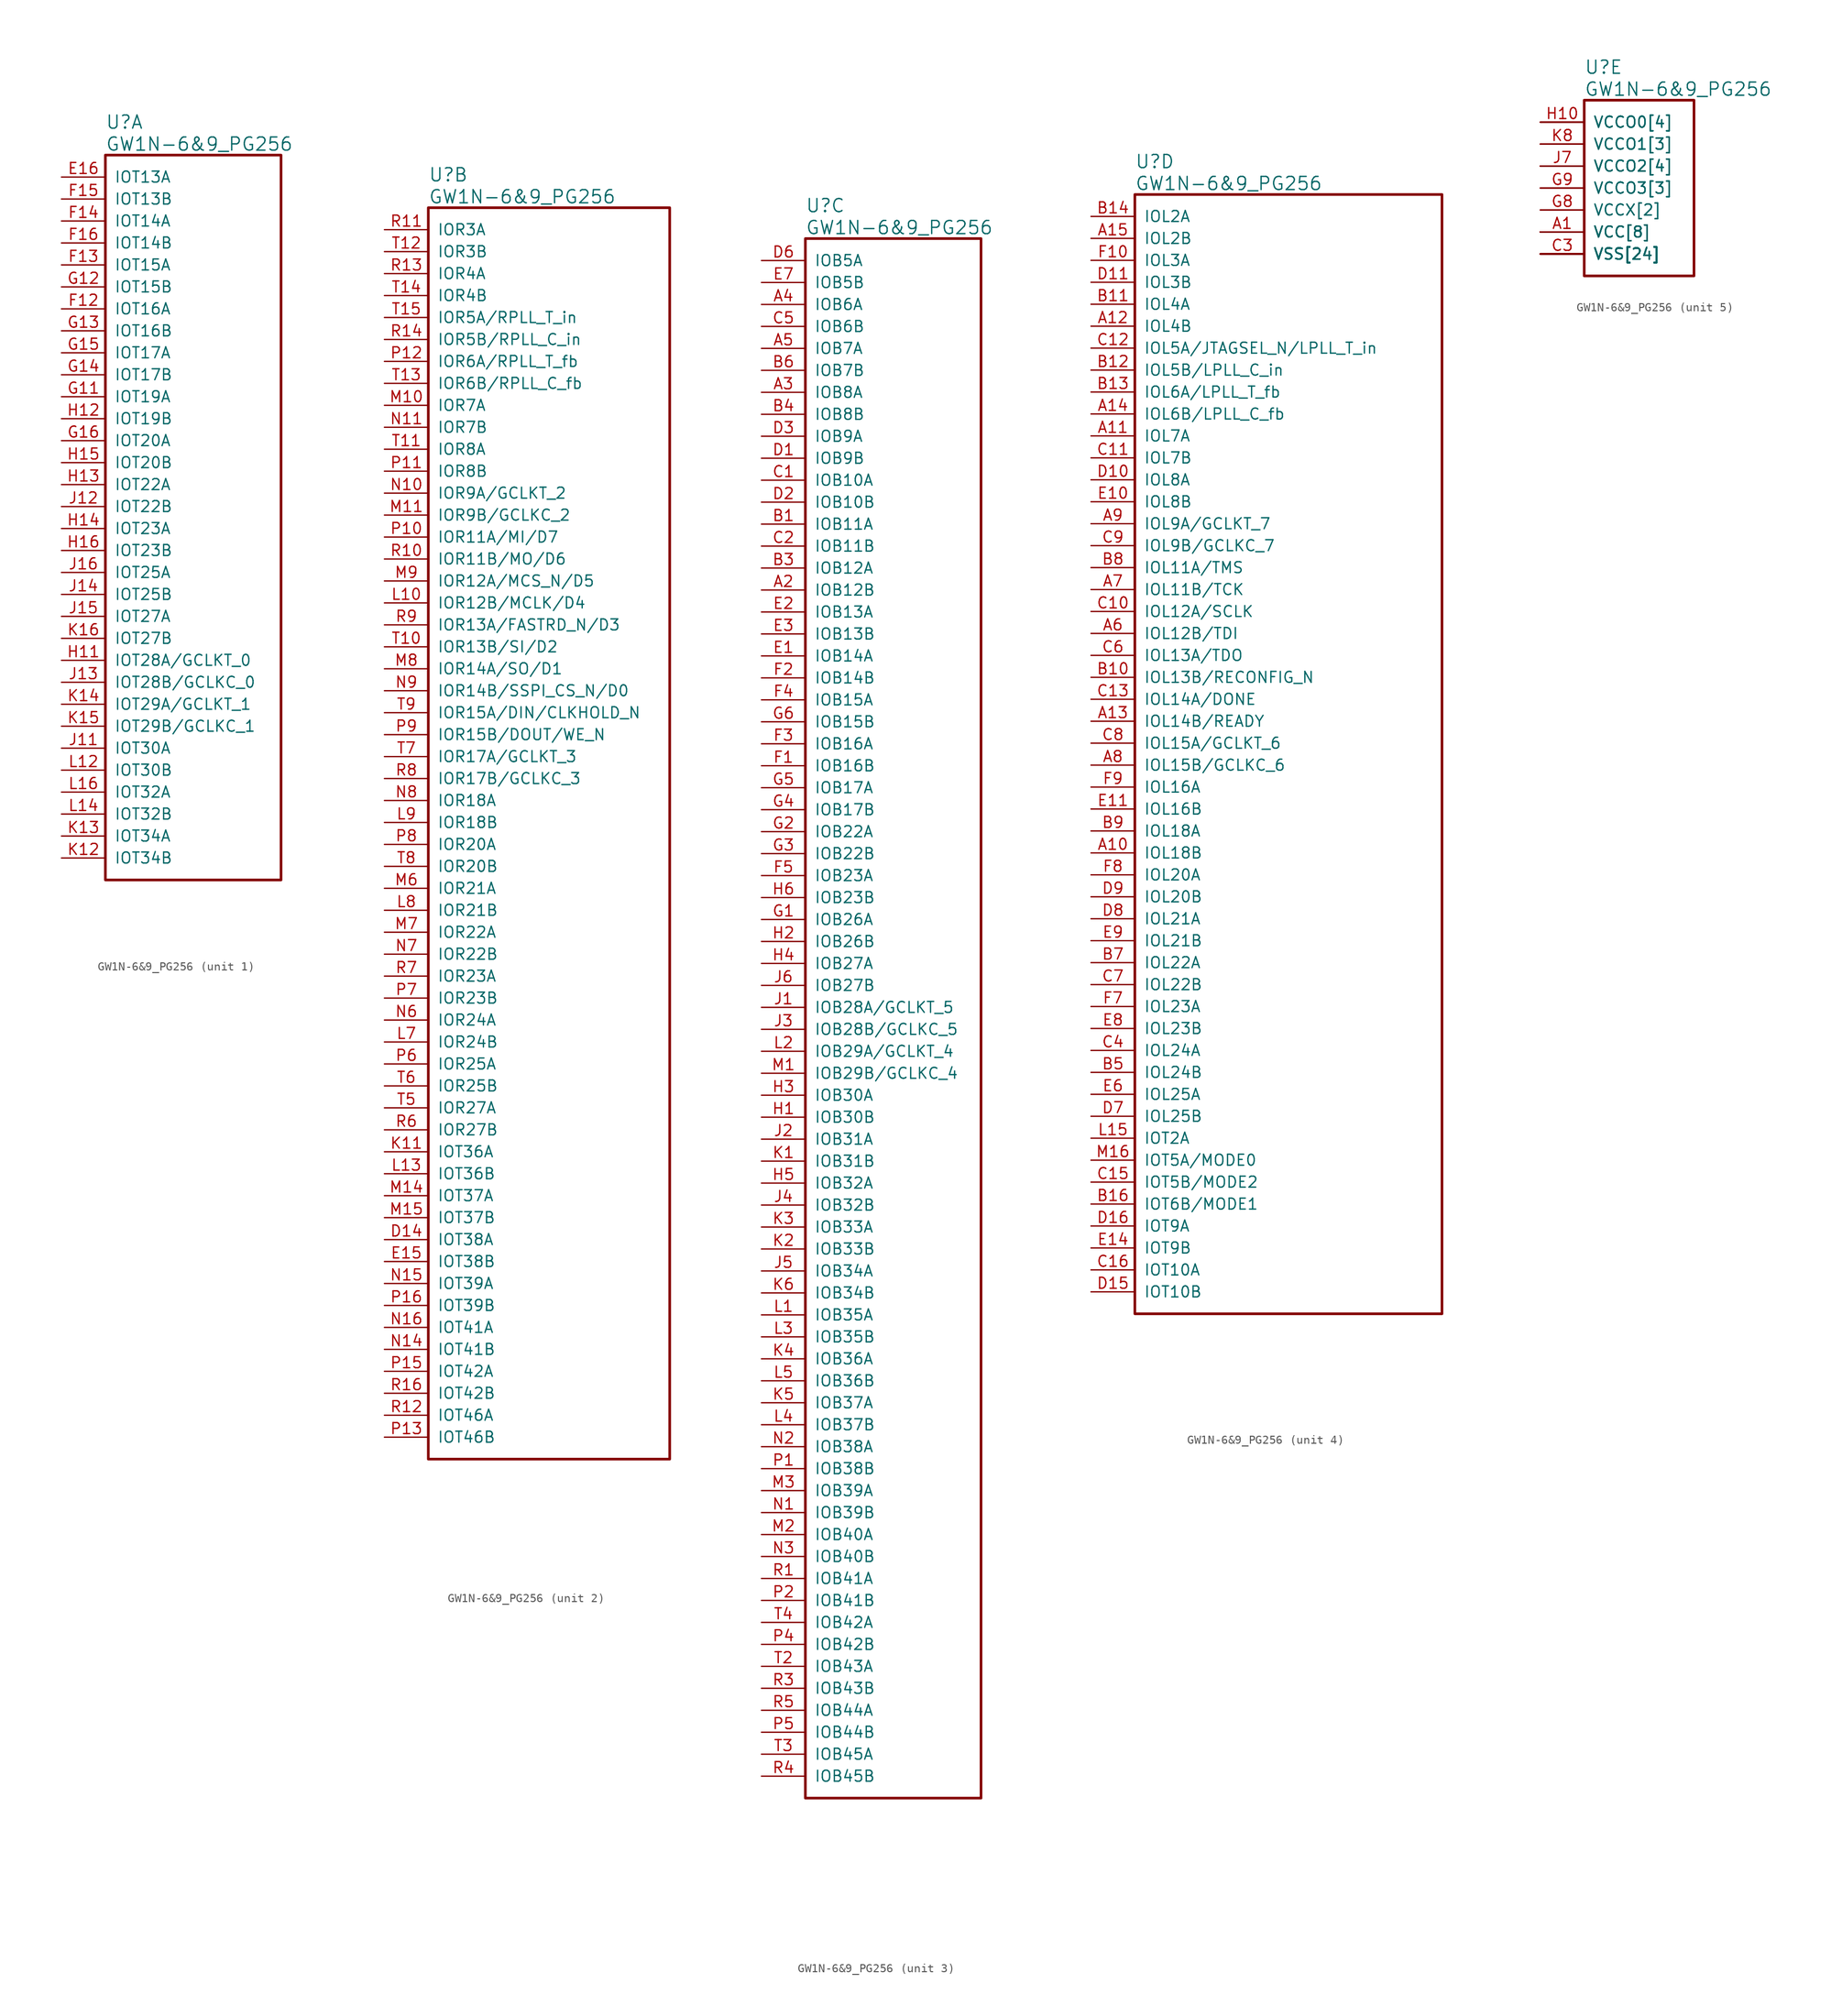
<source format=kicad_sym>
(kicad_symbol_lib
  (version 20211014)
  (generator kicad_symbol_editor)
  (symbol "GW1N-6&9_PG256"
    (pin_names
      (offset 1.016))
    (property "Reference" "U"
      (at 5.08 6.35 0)
      (effects (font (size 1.524 1.524)) (justify left)))
    (property "Value" "GW1N-6&9_PG256"
      (at 5.08 3.81 0)
      (effects (font (size 1.524 1.524)) (justify left)))
    (property "ki_locked" ""
      (at 0 0 0)
      (effects (font (size 1.27 1.27))))
    (symbol "GW1N-6&9_PG256_1_1"
      (rectangle (start 5.08 2.54) (end 25.4 -81.28) (stroke (width 0.305) (type default) (color 0 0 0 0)) (fill (type none)))
      (pin bidirectional line (at 0 0 0) (length 5.08) (name "IOT13A" (effects (font (size 1.27 1.27)))) (number "E16" (effects (font (size 1.27 1.27)))))
      (pin bidirectional line (at 0 -15.24 0) (length 5.08) (name "IOT16A" (effects (font (size 1.27 1.27)))) (number "F12" (effects (font (size 1.27 1.27)))))
      (pin bidirectional line (at 0 -10.16 0) (length 5.08) (name "IOT15A" (effects (font (size 1.27 1.27)))) (number "F13" (effects (font (size 1.27 1.27)))))
      (pin bidirectional line (at 0 -5.08 0) (length 5.08) (name "IOT14A" (effects (font (size 1.27 1.27)))) (number "F14" (effects (font (size 1.27 1.27)))))
      (pin bidirectional line (at 0 -2.54 0) (length 5.08) (name "IOT13B" (effects (font (size 1.27 1.27)))) (number "F15" (effects (font (size 1.27 1.27)))))
      (pin bidirectional line (at 0 -7.62 0) (length 5.08) (name "IOT14B" (effects (font (size 1.27 1.27)))) (number "F16" (effects (font (size 1.27 1.27)))))
      (pin bidirectional line (at 0 -25.4 0) (length 5.08) (name "IOT19A" (effects (font (size 1.27 1.27)))) (number "G11" (effects (font (size 1.27 1.27)))))
      (pin bidirectional line (at 0 -12.7 0) (length 5.08) (name "IOT15B" (effects (font (size 1.27 1.27)))) (number "G12" (effects (font (size 1.27 1.27)))))
      (pin bidirectional line (at 0 -17.78 0) (length 5.08) (name "IOT16B" (effects (font (size 1.27 1.27)))) (number "G13" (effects (font (size 1.27 1.27)))))
      (pin bidirectional line (at 0 -22.86 0) (length 5.08) (name "IOT17B" (effects (font (size 1.27 1.27)))) (number "G14" (effects (font (size 1.27 1.27)))))
      (pin bidirectional line (at 0 -20.32 0) (length 5.08) (name "IOT17A" (effects (font (size 1.27 1.27)))) (number "G15" (effects (font (size 1.27 1.27)))))
      (pin bidirectional line (at 0 -30.48 0) (length 5.08) (name "IOT20A" (effects (font (size 1.27 1.27)))) (number "G16" (effects (font (size 1.27 1.27)))))
      (pin bidirectional line (at 0 -55.88 0) (length 5.08) (name "IOT28A/GCLKT_0" (effects (font (size 1.27 1.27)))) (number "H11" (effects (font (size 1.27 1.27)))))
      (pin bidirectional line (at 0 -27.94 0) (length 5.08) (name "IOT19B" (effects (font (size 1.27 1.27)))) (number "H12" (effects (font (size 1.27 1.27)))))
      (pin bidirectional line (at 0 -35.56 0) (length 5.08) (name "IOT22A" (effects (font (size 1.27 1.27)))) (number "H13" (effects (font (size 1.27 1.27)))))
      (pin bidirectional line (at 0 -40.64 0) (length 5.08) (name "IOT23A" (effects (font (size 1.27 1.27)))) (number "H14" (effects (font (size 1.27 1.27)))))
      (pin bidirectional line (at 0 -33.02 0) (length 5.08) (name "IOT20B" (effects (font (size 1.27 1.27)))) (number "H15" (effects (font (size 1.27 1.27)))))
      (pin bidirectional line (at 0 -43.18 0) (length 5.08) (name "IOT23B" (effects (font (size 1.27 1.27)))) (number "H16" (effects (font (size 1.27 1.27)))))
      (pin bidirectional line (at 0 -66.04 0) (length 5.08) (name "IOT30A" (effects (font (size 1.27 1.27)))) (number "J11" (effects (font (size 1.27 1.27)))))
      (pin bidirectional line (at 0 -38.1 0) (length 5.08) (name "IOT22B" (effects (font (size 1.27 1.27)))) (number "J12" (effects (font (size 1.27 1.27)))))
      (pin bidirectional line (at 0 -58.42 0) (length 5.08) (name "IOT28B/GCLKC_0" (effects (font (size 1.27 1.27)))) (number "J13" (effects (font (size 1.27 1.27)))))
      (pin bidirectional line (at 0 -48.26 0) (length 5.08) (name "IOT25B" (effects (font (size 1.27 1.27)))) (number "J14" (effects (font (size 1.27 1.27)))))
      (pin bidirectional line (at 0 -50.8 0) (length 5.08) (name "IOT27A" (effects (font (size 1.27 1.27)))) (number "J15" (effects (font (size 1.27 1.27)))))
      (pin bidirectional line (at 0 -45.72 0) (length 5.08) (name "IOT25A" (effects (font (size 1.27 1.27)))) (number "J16" (effects (font (size 1.27 1.27)))))
      (pin bidirectional line (at 0 -78.74 0) (length 5.08) (name "IOT34B" (effects (font (size 1.27 1.27)))) (number "K12" (effects (font (size 1.27 1.27)))))
      (pin bidirectional line (at 0 -76.2 0) (length 5.08) (name "IOT34A" (effects (font (size 1.27 1.27)))) (number "K13" (effects (font (size 1.27 1.27)))))
      (pin bidirectional line (at 0 -60.96 0) (length 5.08) (name "IOT29A/GCLKT_1" (effects (font (size 1.27 1.27)))) (number "K14" (effects (font (size 1.27 1.27)))))
      (pin bidirectional line (at 0 -63.5 0) (length 5.08) (name "IOT29B/GCLKC_1" (effects (font (size 1.27 1.27)))) (number "K15" (effects (font (size 1.27 1.27)))))
      (pin bidirectional line (at 0 -53.34 0) (length 5.08) (name "IOT27B" (effects (font (size 1.27 1.27)))) (number "K16" (effects (font (size 1.27 1.27)))))
      (pin bidirectional line (at 0 -68.58 0) (length 5.08) (name "IOT30B" (effects (font (size 1.27 1.27)))) (number "L12" (effects (font (size 1.27 1.27)))))
      (pin bidirectional line (at 0 -73.66 0) (length 5.08) (name "IOT32B" (effects (font (size 1.27 1.27)))) (number "L14" (effects (font (size 1.27 1.27)))))
      (pin bidirectional line (at 0 -71.12 0) (length 5.08) (name "IOT32A" (effects (font (size 1.27 1.27)))) (number "L16" (effects (font (size 1.27 1.27))))))
    (symbol "GW1N-6&9_PG256_2_1"
      (rectangle (start 5.08 2.54) (end 33.02 -142.24) (stroke (width 0.305) (type default) (color 0 0 0 0)) (fill (type none)))
      (pin bidirectional line (at 0 -116.84 0) (length 5.08) (name "IOT38A" (effects (font (size 1.27 1.27)))) (number "D14" (effects (font (size 1.27 1.27)))))
      (pin bidirectional line (at 0 -119.38 0) (length 5.08) (name "IOT38B" (effects (font (size 1.27 1.27)))) (number "E15" (effects (font (size 1.27 1.27)))))
      (pin bidirectional line (at 0 -106.68 0) (length 5.08) (name "IOT36A" (effects (font (size 1.27 1.27)))) (number "K11" (effects (font (size 1.27 1.27)))))
      (pin bidirectional line (at 0 -43.18 0) (length 5.08) (name "IOR12B/MCLK/D4" (effects (font (size 1.27 1.27)))) (number "L10" (effects (font (size 1.27 1.27)))))
      (pin bidirectional line (at 0 -109.22 0) (length 5.08) (name "IOT36B" (effects (font (size 1.27 1.27)))) (number "L13" (effects (font (size 1.27 1.27)))))
      (pin bidirectional line (at 0 -93.98 0) (length 5.08) (name "IOR24B" (effects (font (size 1.27 1.27)))) (number "L7" (effects (font (size 1.27 1.27)))))
      (pin bidirectional line (at 0 -78.74 0) (length 5.08) (name "IOR21B" (effects (font (size 1.27 1.27)))) (number "L8" (effects (font (size 1.27 1.27)))))
      (pin bidirectional line (at 0 -68.58 0) (length 5.08) (name "IOR18B" (effects (font (size 1.27 1.27)))) (number "L9" (effects (font (size 1.27 1.27)))))
      (pin bidirectional line (at 0 -20.32 0) (length 5.08) (name "IOR7A" (effects (font (size 1.27 1.27)))) (number "M10" (effects (font (size 1.27 1.27)))))
      (pin bidirectional line (at 0 -33.02 0) (length 5.08) (name "IOR9B/GCLKC_2" (effects (font (size 1.27 1.27)))) (number "M11" (effects (font (size 1.27 1.27)))))
      (pin bidirectional line (at 0 -111.76 0) (length 5.08) (name "IOT37A" (effects (font (size 1.27 1.27)))) (number "M14" (effects (font (size 1.27 1.27)))))
      (pin bidirectional line (at 0 -114.3 0) (length 5.08) (name "IOT37B" (effects (font (size 1.27 1.27)))) (number "M15" (effects (font (size 1.27 1.27)))))
      (pin bidirectional line (at 0 -76.2 0) (length 5.08) (name "IOR21A" (effects (font (size 1.27 1.27)))) (number "M6" (effects (font (size 1.27 1.27)))))
      (pin bidirectional line (at 0 -81.28 0) (length 5.08) (name "IOR22A" (effects (font (size 1.27 1.27)))) (number "M7" (effects (font (size 1.27 1.27)))))
      (pin bidirectional line (at 0 -50.8 0) (length 5.08) (name "IOR14A/SO/D1" (effects (font (size 1.27 1.27)))) (number "M8" (effects (font (size 1.27 1.27)))))
      (pin bidirectional line (at 0 -40.64 0) (length 5.08) (name "IOR12A/MCS_N/D5" (effects (font (size 1.27 1.27)))) (number "M9" (effects (font (size 1.27 1.27)))))
      (pin bidirectional line (at 0 -30.48 0) (length 5.08) (name "IOR9A/GCLKT_2" (effects (font (size 1.27 1.27)))) (number "N10" (effects (font (size 1.27 1.27)))))
      (pin bidirectional line (at 0 -22.86 0) (length 5.08) (name "IOR7B" (effects (font (size 1.27 1.27)))) (number "N11" (effects (font (size 1.27 1.27)))))
      (pin bidirectional line (at 0 -129.54 0) (length 5.08) (name "IOT41B" (effects (font (size 1.27 1.27)))) (number "N14" (effects (font (size 1.27 1.27)))))
      (pin bidirectional line (at 0 -121.92 0) (length 5.08) (name "IOT39A" (effects (font (size 1.27 1.27)))) (number "N15" (effects (font (size 1.27 1.27)))))
      (pin bidirectional line (at 0 -127 0) (length 5.08) (name "IOT41A" (effects (font (size 1.27 1.27)))) (number "N16" (effects (font (size 1.27 1.27)))))
      (pin bidirectional line (at 0 -91.44 0) (length 5.08) (name "IOR24A" (effects (font (size 1.27 1.27)))) (number "N6" (effects (font (size 1.27 1.27)))))
      (pin bidirectional line (at 0 -83.82 0) (length 5.08) (name "IOR22B" (effects (font (size 1.27 1.27)))) (number "N7" (effects (font (size 1.27 1.27)))))
      (pin bidirectional line (at 0 -66.04 0) (length 5.08) (name "IOR18A" (effects (font (size 1.27 1.27)))) (number "N8" (effects (font (size 1.27 1.27)))))
      (pin bidirectional line (at 0 -53.34 0) (length 5.08) (name "IOR14B/SSPI_CS_N/D0" (effects (font (size 1.27 1.27)))) (number "N9" (effects (font (size 1.27 1.27)))))
      (pin bidirectional line (at 0 -35.56 0) (length 5.08) (name "IOR11A/MI/D7" (effects (font (size 1.27 1.27)))) (number "P10" (effects (font (size 1.27 1.27)))))
      (pin bidirectional line (at 0 -27.94 0) (length 5.08) (name "IOR8B" (effects (font (size 1.27 1.27)))) (number "P11" (effects (font (size 1.27 1.27)))))
      (pin bidirectional line (at 0 -15.24 0) (length 5.08) (name "IOR6A/RPLL_T_fb" (effects (font (size 1.27 1.27)))) (number "P12" (effects (font (size 1.27 1.27)))))
      (pin bidirectional line (at 0 -139.7 0) (length 5.08) (name "IOT46B" (effects (font (size 1.27 1.27)))) (number "P13" (effects (font (size 1.27 1.27)))))
      (pin bidirectional line (at 0 -132.08 0) (length 5.08) (name "IOT42A" (effects (font (size 1.27 1.27)))) (number "P15" (effects (font (size 1.27 1.27)))))
      (pin bidirectional line (at 0 -124.46 0) (length 5.08) (name "IOT39B" (effects (font (size 1.27 1.27)))) (number "P16" (effects (font (size 1.27 1.27)))))
      (pin bidirectional line (at 0 -96.52 0) (length 5.08) (name "IOR25A" (effects (font (size 1.27 1.27)))) (number "P6" (effects (font (size 1.27 1.27)))))
      (pin bidirectional line (at 0 -88.9 0) (length 5.08) (name "IOR23B" (effects (font (size 1.27 1.27)))) (number "P7" (effects (font (size 1.27 1.27)))))
      (pin bidirectional line (at 0 -71.12 0) (length 5.08) (name "IOR20A" (effects (font (size 1.27 1.27)))) (number "P8" (effects (font (size 1.27 1.27)))))
      (pin bidirectional line (at 0 -58.42 0) (length 5.08) (name "IOR15B/DOUT/WE_N" (effects (font (size 1.27 1.27)))) (number "P9" (effects (font (size 1.27 1.27)))))
      (pin bidirectional line (at 0 -38.1 0) (length 5.08) (name "IOR11B/MO/D6" (effects (font (size 1.27 1.27)))) (number "R10" (effects (font (size 1.27 1.27)))))
      (pin bidirectional line (at 0 0 0) (length 5.08) (name "IOR3A" (effects (font (size 1.27 1.27)))) (number "R11" (effects (font (size 1.27 1.27)))))
      (pin bidirectional line (at 0 -137.16 0) (length 5.08) (name "IOT46A" (effects (font (size 1.27 1.27)))) (number "R12" (effects (font (size 1.27 1.27)))))
      (pin bidirectional line (at 0 -5.08 0) (length 5.08) (name "IOR4A" (effects (font (size 1.27 1.27)))) (number "R13" (effects (font (size 1.27 1.27)))))
      (pin bidirectional line (at 0 -12.7 0) (length 5.08) (name "IOR5B/RPLL_C_in" (effects (font (size 1.27 1.27)))) (number "R14" (effects (font (size 1.27 1.27)))))
      (pin bidirectional line (at 0 -134.62 0) (length 5.08) (name "IOT42B" (effects (font (size 1.27 1.27)))) (number "R16" (effects (font (size 1.27 1.27)))))
      (pin bidirectional line (at 0 -104.14 0) (length 5.08) (name "IOR27B" (effects (font (size 1.27 1.27)))) (number "R6" (effects (font (size 1.27 1.27)))))
      (pin bidirectional line (at 0 -86.36 0) (length 5.08) (name "IOR23A" (effects (font (size 1.27 1.27)))) (number "R7" (effects (font (size 1.27 1.27)))))
      (pin bidirectional line (at 0 -63.5 0) (length 5.08) (name "IOR17B/GCLKC_3" (effects (font (size 1.27 1.27)))) (number "R8" (effects (font (size 1.27 1.27)))))
      (pin bidirectional line (at 0 -45.72 0) (length 5.08) (name "IOR13A/FASTRD_N/D3" (effects (font (size 1.27 1.27)))) (number "R9" (effects (font (size 1.27 1.27)))))
      (pin bidirectional line (at 0 -48.26 0) (length 5.08) (name "IOR13B/SI/D2" (effects (font (size 1.27 1.27)))) (number "T10" (effects (font (size 1.27 1.27)))))
      (pin bidirectional line (at 0 -25.4 0) (length 5.08) (name "IOR8A" (effects (font (size 1.27 1.27)))) (number "T11" (effects (font (size 1.27 1.27)))))
      (pin bidirectional line (at 0 -2.54 0) (length 5.08) (name "IOR3B" (effects (font (size 1.27 1.27)))) (number "T12" (effects (font (size 1.27 1.27)))))
      (pin bidirectional line (at 0 -17.78 0) (length 5.08) (name "IOR6B/RPLL_C_fb" (effects (font (size 1.27 1.27)))) (number "T13" (effects (font (size 1.27 1.27)))))
      (pin bidirectional line (at 0 -7.62 0) (length 5.08) (name "IOR4B" (effects (font (size 1.27 1.27)))) (number "T14" (effects (font (size 1.27 1.27)))))
      (pin bidirectional line (at 0 -10.16 0) (length 5.08) (name "IOR5A/RPLL_T_in" (effects (font (size 1.27 1.27)))) (number "T15" (effects (font (size 1.27 1.27)))))
      (pin bidirectional line (at 0 -101.6 0) (length 5.08) (name "IOR27A" (effects (font (size 1.27 1.27)))) (number "T5" (effects (font (size 1.27 1.27)))))
      (pin bidirectional line (at 0 -99.06 0) (length 5.08) (name "IOR25B" (effects (font (size 1.27 1.27)))) (number "T6" (effects (font (size 1.27 1.27)))))
      (pin bidirectional line (at 0 -60.96 0) (length 5.08) (name "IOR17A/GCLKT_3" (effects (font (size 1.27 1.27)))) (number "T7" (effects (font (size 1.27 1.27)))))
      (pin bidirectional line (at 0 -73.66 0) (length 5.08) (name "IOR20B" (effects (font (size 1.27 1.27)))) (number "T8" (effects (font (size 1.27 1.27)))))
      (pin bidirectional line (at 0 -55.88 0) (length 5.08) (name "IOR15A/DIN/CLKHOLD_N" (effects (font (size 1.27 1.27)))) (number "T9" (effects (font (size 1.27 1.27))))))
    (symbol "GW1N-6&9_PG256_3_1"
      (rectangle (start 5.08 2.54) (end 25.4 -177.8) (stroke (width 0.305) (type default) (color 0 0 0 0)) (fill (type none)))
      (pin bidirectional line (at 0 -38.1 0) (length 5.08) (name "IOB12B" (effects (font (size 1.27 1.27)))) (number "A2" (effects (font (size 1.27 1.27)))))
      (pin bidirectional line (at 0 -15.24 0) (length 5.08) (name "IOB8A" (effects (font (size 1.27 1.27)))) (number "A3" (effects (font (size 1.27 1.27)))))
      (pin bidirectional line (at 0 -5.08 0) (length 5.08) (name "IOB6A" (effects (font (size 1.27 1.27)))) (number "A4" (effects (font (size 1.27 1.27)))))
      (pin bidirectional line (at 0 -10.16 0) (length 5.08) (name "IOB7A" (effects (font (size 1.27 1.27)))) (number "A5" (effects (font (size 1.27 1.27)))))
      (pin bidirectional line (at 0 -30.48 0) (length 5.08) (name "IOB11A" (effects (font (size 1.27 1.27)))) (number "B1" (effects (font (size 1.27 1.27)))))
      (pin bidirectional line (at 0 -35.56 0) (length 5.08) (name "IOB12A" (effects (font (size 1.27 1.27)))) (number "B3" (effects (font (size 1.27 1.27)))))
      (pin bidirectional line (at 0 -17.78 0) (length 5.08) (name "IOB8B" (effects (font (size 1.27 1.27)))) (number "B4" (effects (font (size 1.27 1.27)))))
      (pin bidirectional line (at 0 -12.7 0) (length 5.08) (name "IOB7B" (effects (font (size 1.27 1.27)))) (number "B6" (effects (font (size 1.27 1.27)))))
      (pin bidirectional line (at 0 -25.4 0) (length 5.08) (name "IOB10A" (effects (font (size 1.27 1.27)))) (number "C1" (effects (font (size 1.27 1.27)))))
      (pin bidirectional line (at 0 -33.02 0) (length 5.08) (name "IOB11B" (effects (font (size 1.27 1.27)))) (number "C2" (effects (font (size 1.27 1.27)))))
      (pin bidirectional line (at 0 -7.62 0) (length 5.08) (name "IOB6B" (effects (font (size 1.27 1.27)))) (number "C5" (effects (font (size 1.27 1.27)))))
      (pin bidirectional line (at 0 -22.86 0) (length 5.08) (name "IOB9B" (effects (font (size 1.27 1.27)))) (number "D1" (effects (font (size 1.27 1.27)))))
      (pin bidirectional line (at 0 -27.94 0) (length 5.08) (name "IOB10B" (effects (font (size 1.27 1.27)))) (number "D2" (effects (font (size 1.27 1.27)))))
      (pin bidirectional line (at 0 -20.32 0) (length 5.08) (name "IOB9A" (effects (font (size 1.27 1.27)))) (number "D3" (effects (font (size 1.27 1.27)))))
      (pin bidirectional line (at 0 0 0) (length 5.08) (name "IOB5A" (effects (font (size 1.27 1.27)))) (number "D6" (effects (font (size 1.27 1.27)))))
      (pin bidirectional line (at 0 -45.72 0) (length 5.08) (name "IOB14A" (effects (font (size 1.27 1.27)))) (number "E1" (effects (font (size 1.27 1.27)))))
      (pin bidirectional line (at 0 -40.64 0) (length 5.08) (name "IOB13A" (effects (font (size 1.27 1.27)))) (number "E2" (effects (font (size 1.27 1.27)))))
      (pin bidirectional line (at 0 -43.18 0) (length 5.08) (name "IOB13B" (effects (font (size 1.27 1.27)))) (number "E3" (effects (font (size 1.27 1.27)))))
      (pin bidirectional line (at 0 -2.54 0) (length 5.08) (name "IOB5B" (effects (font (size 1.27 1.27)))) (number "E7" (effects (font (size 1.27 1.27)))))
      (pin bidirectional line (at 0 -58.42 0) (length 5.08) (name "IOB16B" (effects (font (size 1.27 1.27)))) (number "F1" (effects (font (size 1.27 1.27)))))
      (pin bidirectional line (at 0 -48.26 0) (length 5.08) (name "IOB14B" (effects (font (size 1.27 1.27)))) (number "F2" (effects (font (size 1.27 1.27)))))
      (pin bidirectional line (at 0 -55.88 0) (length 5.08) (name "IOB16A" (effects (font (size 1.27 1.27)))) (number "F3" (effects (font (size 1.27 1.27)))))
      (pin bidirectional line (at 0 -50.8 0) (length 5.08) (name "IOB15A" (effects (font (size 1.27 1.27)))) (number "F4" (effects (font (size 1.27 1.27)))))
      (pin bidirectional line (at 0 -71.12 0) (length 5.08) (name "IOB23A" (effects (font (size 1.27 1.27)))) (number "F5" (effects (font (size 1.27 1.27)))))
      (pin bidirectional line (at 0 -76.2 0) (length 5.08) (name "IOB26A" (effects (font (size 1.27 1.27)))) (number "G1" (effects (font (size 1.27 1.27)))))
      (pin bidirectional line (at 0 -66.04 0) (length 5.08) (name "IOB22A" (effects (font (size 1.27 1.27)))) (number "G2" (effects (font (size 1.27 1.27)))))
      (pin bidirectional line (at 0 -68.58 0) (length 5.08) (name "IOB22B" (effects (font (size 1.27 1.27)))) (number "G3" (effects (font (size 1.27 1.27)))))
      (pin bidirectional line (at 0 -63.5 0) (length 5.08) (name "IOB17B" (effects (font (size 1.27 1.27)))) (number "G4" (effects (font (size 1.27 1.27)))))
      (pin bidirectional line (at 0 -60.96 0) (length 5.08) (name "IOB17A" (effects (font (size 1.27 1.27)))) (number "G5" (effects (font (size 1.27 1.27)))))
      (pin bidirectional line (at 0 -53.34 0) (length 5.08) (name "IOB15B" (effects (font (size 1.27 1.27)))) (number "G6" (effects (font (size 1.27 1.27)))))
      (pin bidirectional line (at 0 -99.06 0) (length 5.08) (name "IOB30B" (effects (font (size 1.27 1.27)))) (number "H1" (effects (font (size 1.27 1.27)))))
      (pin bidirectional line (at 0 -78.74 0) (length 5.08) (name "IOB26B" (effects (font (size 1.27 1.27)))) (number "H2" (effects (font (size 1.27 1.27)))))
      (pin bidirectional line (at 0 -96.52 0) (length 5.08) (name "IOB30A" (effects (font (size 1.27 1.27)))) (number "H3" (effects (font (size 1.27 1.27)))))
      (pin bidirectional line (at 0 -81.28 0) (length 5.08) (name "IOB27A" (effects (font (size 1.27 1.27)))) (number "H4" (effects (font (size 1.27 1.27)))))
      (pin bidirectional line (at 0 -106.68 0) (length 5.08) (name "IOB32A" (effects (font (size 1.27 1.27)))) (number "H5" (effects (font (size 1.27 1.27)))))
      (pin bidirectional line (at 0 -73.66 0) (length 5.08) (name "IOB23B" (effects (font (size 1.27 1.27)))) (number "H6" (effects (font (size 1.27 1.27)))))
      (pin bidirectional line (at 0 -86.36 0) (length 5.08) (name "IOB28A/GCLKT_5" (effects (font (size 1.27 1.27)))) (number "J1" (effects (font (size 1.27 1.27)))))
      (pin bidirectional line (at 0 -101.6 0) (length 5.08) (name "IOB31A" (effects (font (size 1.27 1.27)))) (number "J2" (effects (font (size 1.27 1.27)))))
      (pin bidirectional line (at 0 -88.9 0) (length 5.08) (name "IOB28B/GCLKC_5" (effects (font (size 1.27 1.27)))) (number "J3" (effects (font (size 1.27 1.27)))))
      (pin bidirectional line (at 0 -109.22 0) (length 5.08) (name "IOB32B" (effects (font (size 1.27 1.27)))) (number "J4" (effects (font (size 1.27 1.27)))))
      (pin bidirectional line (at 0 -116.84 0) (length 5.08) (name "IOB34A" (effects (font (size 1.27 1.27)))) (number "J5" (effects (font (size 1.27 1.27)))))
      (pin bidirectional line (at 0 -83.82 0) (length 5.08) (name "IOB27B" (effects (font (size 1.27 1.27)))) (number "J6" (effects (font (size 1.27 1.27)))))
      (pin bidirectional line (at 0 -104.14 0) (length 5.08) (name "IOB31B" (effects (font (size 1.27 1.27)))) (number "K1" (effects (font (size 1.27 1.27)))))
      (pin bidirectional line (at 0 -114.3 0) (length 5.08) (name "IOB33B" (effects (font (size 1.27 1.27)))) (number "K2" (effects (font (size 1.27 1.27)))))
      (pin bidirectional line (at 0 -111.76 0) (length 5.08) (name "IOB33A" (effects (font (size 1.27 1.27)))) (number "K3" (effects (font (size 1.27 1.27)))))
      (pin bidirectional line (at 0 -127 0) (length 5.08) (name "IOB36A" (effects (font (size 1.27 1.27)))) (number "K4" (effects (font (size 1.27 1.27)))))
      (pin bidirectional line (at 0 -132.08 0) (length 5.08) (name "IOB37A" (effects (font (size 1.27 1.27)))) (number "K5" (effects (font (size 1.27 1.27)))))
      (pin bidirectional line (at 0 -119.38 0) (length 5.08) (name "IOB34B" (effects (font (size 1.27 1.27)))) (number "K6" (effects (font (size 1.27 1.27)))))
      (pin bidirectional line (at 0 -121.92 0) (length 5.08) (name "IOB35A" (effects (font (size 1.27 1.27)))) (number "L1" (effects (font (size 1.27 1.27)))))
      (pin bidirectional line (at 0 -91.44 0) (length 5.08) (name "IOB29A/GCLKT_4" (effects (font (size 1.27 1.27)))) (number "L2" (effects (font (size 1.27 1.27)))))
      (pin bidirectional line (at 0 -124.46 0) (length 5.08) (name "IOB35B" (effects (font (size 1.27 1.27)))) (number "L3" (effects (font (size 1.27 1.27)))))
      (pin bidirectional line (at 0 -134.62 0) (length 5.08) (name "IOB37B" (effects (font (size 1.27 1.27)))) (number "L4" (effects (font (size 1.27 1.27)))))
      (pin bidirectional line (at 0 -129.54 0) (length 5.08) (name "IOB36B" (effects (font (size 1.27 1.27)))) (number "L5" (effects (font (size 1.27 1.27)))))
      (pin bidirectional line (at 0 -93.98 0) (length 5.08) (name "IOB29B/GCLKC_4" (effects (font (size 1.27 1.27)))) (number "M1" (effects (font (size 1.27 1.27)))))
      (pin bidirectional line (at 0 -147.32 0) (length 5.08) (name "IOB40A" (effects (font (size 1.27 1.27)))) (number "M2" (effects (font (size 1.27 1.27)))))
      (pin bidirectional line (at 0 -142.24 0) (length 5.08) (name "IOB39A" (effects (font (size 1.27 1.27)))) (number "M3" (effects (font (size 1.27 1.27)))))
      (pin bidirectional line (at 0 -144.78 0) (length 5.08) (name "IOB39B" (effects (font (size 1.27 1.27)))) (number "N1" (effects (font (size 1.27 1.27)))))
      (pin bidirectional line (at 0 -137.16 0) (length 5.08) (name "IOB38A" (effects (font (size 1.27 1.27)))) (number "N2" (effects (font (size 1.27 1.27)))))
      (pin bidirectional line (at 0 -149.86 0) (length 5.08) (name "IOB40B" (effects (font (size 1.27 1.27)))) (number "N3" (effects (font (size 1.27 1.27)))))
      (pin bidirectional line (at 0 -139.7 0) (length 5.08) (name "IOB38B" (effects (font (size 1.27 1.27)))) (number "P1" (effects (font (size 1.27 1.27)))))
      (pin bidirectional line (at 0 -154.94 0) (length 5.08) (name "IOB41B" (effects (font (size 1.27 1.27)))) (number "P2" (effects (font (size 1.27 1.27)))))
      (pin bidirectional line (at 0 -160.02 0) (length 5.08) (name "IOB42B" (effects (font (size 1.27 1.27)))) (number "P4" (effects (font (size 1.27 1.27)))))
      (pin bidirectional line (at 0 -170.18 0) (length 5.08) (name "IOB44B" (effects (font (size 1.27 1.27)))) (number "P5" (effects (font (size 1.27 1.27)))))
      (pin bidirectional line (at 0 -152.4 0) (length 5.08) (name "IOB41A" (effects (font (size 1.27 1.27)))) (number "R1" (effects (font (size 1.27 1.27)))))
      (pin bidirectional line (at 0 -165.1 0) (length 5.08) (name "IOB43B" (effects (font (size 1.27 1.27)))) (number "R3" (effects (font (size 1.27 1.27)))))
      (pin bidirectional line (at 0 -175.26 0) (length 5.08) (name "IOB45B" (effects (font (size 1.27 1.27)))) (number "R4" (effects (font (size 1.27 1.27)))))
      (pin bidirectional line (at 0 -167.64 0) (length 5.08) (name "IOB44A" (effects (font (size 1.27 1.27)))) (number "R5" (effects (font (size 1.27 1.27)))))
      (pin bidirectional line (at 0 -162.56 0) (length 5.08) (name "IOB43A" (effects (font (size 1.27 1.27)))) (number "T2" (effects (font (size 1.27 1.27)))))
      (pin bidirectional line (at 0 -172.72 0) (length 5.08) (name "IOB45A" (effects (font (size 1.27 1.27)))) (number "T3" (effects (font (size 1.27 1.27)))))
      (pin bidirectional line (at 0 -157.48 0) (length 5.08) (name "IOB42A" (effects (font (size 1.27 1.27)))) (number "T4" (effects (font (size 1.27 1.27))))))
    (symbol "GW1N-6&9_PG256_4_1"
      (rectangle (start 5.08 2.54) (end 40.64 -127) (stroke (width 0.305) (type default) (color 0 0 0 0)) (fill (type none)))
      (pin bidirectional line (at 0 -73.66 0) (length 5.08) (name "IOL18B" (effects (font (size 1.27 1.27)))) (number "A10" (effects (font (size 1.27 1.27)))))
      (pin bidirectional line (at 0 -25.4 0) (length 5.08) (name "IOL7A" (effects (font (size 1.27 1.27)))) (number "A11" (effects (font (size 1.27 1.27)))))
      (pin bidirectional line (at 0 -12.7 0) (length 5.08) (name "IOL4B" (effects (font (size 1.27 1.27)))) (number "A12" (effects (font (size 1.27 1.27)))))
      (pin bidirectional line (at 0 -58.42 0) (length 5.08) (name "IOL14B/READY" (effects (font (size 1.27 1.27)))) (number "A13" (effects (font (size 1.27 1.27)))))
      (pin bidirectional line (at 0 -22.86 0) (length 5.08) (name "IOL6B/LPLL_C_fb" (effects (font (size 1.27 1.27)))) (number "A14" (effects (font (size 1.27 1.27)))))
      (pin bidirectional line (at 0 -2.54 0) (length 5.08) (name "IOL2B" (effects (font (size 1.27 1.27)))) (number "A15" (effects (font (size 1.27 1.27)))))
      (pin bidirectional line (at 0 -48.26 0) (length 5.08) (name "IOL12B/TDI" (effects (font (size 1.27 1.27)))) (number "A6" (effects (font (size 1.27 1.27)))))
      (pin bidirectional line (at 0 -43.18 0) (length 5.08) (name "IOL11B/TCK" (effects (font (size 1.27 1.27)))) (number "A7" (effects (font (size 1.27 1.27)))))
      (pin bidirectional line (at 0 -63.5 0) (length 5.08) (name "IOL15B/GCLKC_6" (effects (font (size 1.27 1.27)))) (number "A8" (effects (font (size 1.27 1.27)))))
      (pin bidirectional line (at 0 -35.56 0) (length 5.08) (name "IOL9A/GCLKT_7" (effects (font (size 1.27 1.27)))) (number "A9" (effects (font (size 1.27 1.27)))))
      (pin bidirectional line (at 0 -53.34 0) (length 5.08) (name "IOL13B/RECONFIG_N" (effects (font (size 1.27 1.27)))) (number "B10" (effects (font (size 1.27 1.27)))))
      (pin bidirectional line (at 0 -10.16 0) (length 5.08) (name "IOL4A" (effects (font (size 1.27 1.27)))) (number "B11" (effects (font (size 1.27 1.27)))))
      (pin bidirectional line (at 0 -17.78 0) (length 5.08) (name "IOL5B/LPLL_C_in" (effects (font (size 1.27 1.27)))) (number "B12" (effects (font (size 1.27 1.27)))))
      (pin bidirectional line (at 0 -20.32 0) (length 5.08) (name "IOL6A/LPLL_T_fb" (effects (font (size 1.27 1.27)))) (number "B13" (effects (font (size 1.27 1.27)))))
      (pin bidirectional line (at 0 0 0) (length 5.08) (name "IOL2A" (effects (font (size 1.27 1.27)))) (number "B14" (effects (font (size 1.27 1.27)))))
      (pin bidirectional line (at 0 -114.3 0) (length 5.08) (name "IOT6B/MODE1" (effects (font (size 1.27 1.27)))) (number "B16" (effects (font (size 1.27 1.27)))))
      (pin bidirectional line (at 0 -99.06 0) (length 5.08) (name "IOL24B" (effects (font (size 1.27 1.27)))) (number "B5" (effects (font (size 1.27 1.27)))))
      (pin bidirectional line (at 0 -86.36 0) (length 5.08) (name "IOL22A" (effects (font (size 1.27 1.27)))) (number "B7" (effects (font (size 1.27 1.27)))))
      (pin bidirectional line (at 0 -40.64 0) (length 5.08) (name "IOL11A/TMS" (effects (font (size 1.27 1.27)))) (number "B8" (effects (font (size 1.27 1.27)))))
      (pin bidirectional line (at 0 -71.12 0) (length 5.08) (name "IOL18A" (effects (font (size 1.27 1.27)))) (number "B9" (effects (font (size 1.27 1.27)))))
      (pin bidirectional line (at 0 -45.72 0) (length 5.08) (name "IOL12A/SCLK" (effects (font (size 1.27 1.27)))) (number "C10" (effects (font (size 1.27 1.27)))))
      (pin bidirectional line (at 0 -27.94 0) (length 5.08) (name "IOL7B" (effects (font (size 1.27 1.27)))) (number "C11" (effects (font (size 1.27 1.27)))))
      (pin bidirectional line (at 0 -15.24 0) (length 5.08) (name "IOL5A/JTAGSEL_N/LPLL_T_in" (effects (font (size 1.27 1.27)))) (number "C12" (effects (font (size 1.27 1.27)))))
      (pin bidirectional line (at 0 -55.88 0) (length 5.08) (name "IOL14A/DONE" (effects (font (size 1.27 1.27)))) (number "C13" (effects (font (size 1.27 1.27)))))
      (pin bidirectional line (at 0 -111.76 0) (length 5.08) (name "IOT5B/MODE2" (effects (font (size 1.27 1.27)))) (number "C15" (effects (font (size 1.27 1.27)))))
      (pin bidirectional line (at 0 -121.92 0) (length 5.08) (name "IOT10A" (effects (font (size 1.27 1.27)))) (number "C16" (effects (font (size 1.27 1.27)))))
      (pin bidirectional line (at 0 -96.52 0) (length 5.08) (name "IOL24A" (effects (font (size 1.27 1.27)))) (number "C4" (effects (font (size 1.27 1.27)))))
      (pin bidirectional line (at 0 -50.8 0) (length 5.08) (name "IOL13A/TDO" (effects (font (size 1.27 1.27)))) (number "C6" (effects (font (size 1.27 1.27)))))
      (pin bidirectional line (at 0 -88.9 0) (length 5.08) (name "IOL22B" (effects (font (size 1.27 1.27)))) (number "C7" (effects (font (size 1.27 1.27)))))
      (pin bidirectional line (at 0 -60.96 0) (length 5.08) (name "IOL15A/GCLKT_6" (effects (font (size 1.27 1.27)))) (number "C8" (effects (font (size 1.27 1.27)))))
      (pin bidirectional line (at 0 -38.1 0) (length 5.08) (name "IOL9B/GCLKC_7" (effects (font (size 1.27 1.27)))) (number "C9" (effects (font (size 1.27 1.27)))))
      (pin bidirectional line (at 0 -30.48 0) (length 5.08) (name "IOL8A" (effects (font (size 1.27 1.27)))) (number "D10" (effects (font (size 1.27 1.27)))))
      (pin bidirectional line (at 0 -7.62 0) (length 5.08) (name "IOL3B" (effects (font (size 1.27 1.27)))) (number "D11" (effects (font (size 1.27 1.27)))))
      (pin bidirectional line (at 0 -124.46 0) (length 5.08) (name "IOT10B" (effects (font (size 1.27 1.27)))) (number "D15" (effects (font (size 1.27 1.27)))))
      (pin bidirectional line (at 0 -116.84 0) (length 5.08) (name "IOT9A" (effects (font (size 1.27 1.27)))) (number "D16" (effects (font (size 1.27 1.27)))))
      (pin bidirectional line (at 0 -104.14 0) (length 5.08) (name "IOL25B" (effects (font (size 1.27 1.27)))) (number "D7" (effects (font (size 1.27 1.27)))))
      (pin bidirectional line (at 0 -81.28 0) (length 5.08) (name "IOL21A" (effects (font (size 1.27 1.27)))) (number "D8" (effects (font (size 1.27 1.27)))))
      (pin bidirectional line (at 0 -78.74 0) (length 5.08) (name "IOL20B" (effects (font (size 1.27 1.27)))) (number "D9" (effects (font (size 1.27 1.27)))))
      (pin bidirectional line (at 0 -33.02 0) (length 5.08) (name "IOL8B" (effects (font (size 1.27 1.27)))) (number "E10" (effects (font (size 1.27 1.27)))))
      (pin bidirectional line (at 0 -68.58 0) (length 5.08) (name "IOL16B" (effects (font (size 1.27 1.27)))) (number "E11" (effects (font (size 1.27 1.27)))))
      (pin bidirectional line (at 0 -119.38 0) (length 5.08) (name "IOT9B" (effects (font (size 1.27 1.27)))) (number "E14" (effects (font (size 1.27 1.27)))))
      (pin bidirectional line (at 0 -101.6 0) (length 5.08) (name "IOL25A" (effects (font (size 1.27 1.27)))) (number "E6" (effects (font (size 1.27 1.27)))))
      (pin bidirectional line (at 0 -93.98 0) (length 5.08) (name "IOL23B" (effects (font (size 1.27 1.27)))) (number "E8" (effects (font (size 1.27 1.27)))))
      (pin bidirectional line (at 0 -83.82 0) (length 5.08) (name "IOL21B" (effects (font (size 1.27 1.27)))) (number "E9" (effects (font (size 1.27 1.27)))))
      (pin bidirectional line (at 0 -5.08 0) (length 5.08) (name "IOL3A" (effects (font (size 1.27 1.27)))) (number "F10" (effects (font (size 1.27 1.27)))))
      (pin bidirectional line (at 0 -91.44 0) (length 5.08) (name "IOL23A" (effects (font (size 1.27 1.27)))) (number "F7" (effects (font (size 1.27 1.27)))))
      (pin bidirectional line (at 0 -76.2 0) (length 5.08) (name "IOL20A" (effects (font (size 1.27 1.27)))) (number "F8" (effects (font (size 1.27 1.27)))))
      (pin bidirectional line (at 0 -66.04 0) (length 5.08) (name "IOL16A" (effects (font (size 1.27 1.27)))) (number "F9" (effects (font (size 1.27 1.27)))))
      (pin bidirectional line (at 0 -106.68 0) (length 5.08) (name "IOT2A" (effects (font (size 1.27 1.27)))) (number "L15" (effects (font (size 1.27 1.27)))))
      (pin bidirectional line (at 0 -109.22 0) (length 5.08) (name "IOT5A/MODE0" (effects (font (size 1.27 1.27)))) (number "M16" (effects (font (size 1.27 1.27))))))
    (symbol "GW1N-6&9_PG256_5_1"
      (rectangle (start 5.08 2.54) (end 17.78 -17.78) (stroke (width 0.305) (type default) (color 0 0 0 0)) (fill (type none)))
      (pin power_in line (at 0 -12.7 0) (length 5.08) (name "VCC[8]" (effects (font (size 1.27 1.27)))) (number "A1" (effects (font (size 1.27 1.27)))))
      (pin power_in line (at 0 -12.7 0) (length 5.08) (name "VCC[8]" (effects (font (size 1.27 1.27)))) (number "A16" (effects (font (size 0 0)))))
      (pin power_in line (at 0 -15.24 0) (length 5.08) (name "VSS[24]" (effects (font (size 1.27 1.27)))) (number "B15" (effects (font (size 0 0)))))
      (pin power_in line (at 0 -15.24 0) (length 5.08) (name "VSS[24]" (effects (font (size 1.27 1.27)))) (number "B2" (effects (font (size 0 0)))))
      (pin power_in line (at 0 -15.24 0) (length 5.08) (name "VSS[24]" (effects (font (size 1.27 1.27)))) (number "C14" (effects (font (size 0 0)))))
      (pin power_in line (at 0 -15.24 0) (length 5.08) (name "VSS[24]" (effects (font (size 1.27 1.27)))) (number "C3" (effects (font (size 1.27 1.27)))))
      (pin power_in line (at 0 -7.62 0) (length 5.08) (name "VCCO3[3]" (effects (font (size 1.27 1.27)))) (number "D12" (effects (font (size 0 0)))))
      (pin power_in line (at 0 -15.24 0) (length 5.08) (name "VSS[24]" (effects (font (size 1.27 1.27)))) (number "D13" (effects (font (size 0 0)))))
      (pin power_in line (at 0 -15.24 0) (length 5.08) (name "VSS[24]" (effects (font (size 1.27 1.27)))) (number "D4" (effects (font (size 0 0)))))
      (pin power_in line (at 0 -7.62 0) (length 5.08) (name "VCCO3[3]" (effects (font (size 1.27 1.27)))) (number "D5" (effects (font (size 0 0)))))
      (pin power_in line (at 0 -15.24 0) (length 5.08) (name "VSS[24]" (effects (font (size 1.27 1.27)))) (number "E12" (effects (font (size 0 0)))))
      (pin power_in line (at 0 0 0) (length 5.08) (name "VCCO0[4]" (effects (font (size 1.27 1.27)))) (number "E13" (effects (font (size 0 0)))))
      (pin power_in line (at 0 -5.08 0) (length 5.08) (name "VCCO2[4]" (effects (font (size 1.27 1.27)))) (number "E4" (effects (font (size 0 0)))))
      (pin power_in line (at 0 -15.24 0) (length 5.08) (name "VSS[24]" (effects (font (size 1.27 1.27)))) (number "E5" (effects (font (size 0 0)))))
      (pin power_in line (at 0 -15.24 0) (length 5.08) (name "VSS[24]" (effects (font (size 1.27 1.27)))) (number "F11" (effects (font (size 0 0)))))
      (pin power_in line (at 0 -15.24 0) (length 5.08) (name "VSS[24]" (effects (font (size 1.27 1.27)))) (number "F6" (effects (font (size 0 0)))))
      (pin power_in line (at 0 -12.7 0) (length 5.08) (name "VCC[8]" (effects (font (size 1.27 1.27)))) (number "G10" (effects (font (size 0 0)))))
      (pin power_in line (at 0 -12.7 0) (length 5.08) (name "VCC[8]" (effects (font (size 1.27 1.27)))) (number "G7" (effects (font (size 0 0)))))
      (pin power_in line (at 0 -10.16 0) (length 5.08) (name "VCCX[2]" (effects (font (size 1.27 1.27)))) (number "G8" (effects (font (size 1.27 1.27)))))
      (pin power_in line (at 0 -7.62 0) (length 5.08) (name "VCCO3[3]" (effects (font (size 1.27 1.27)))) (number "G9" (effects (font (size 1.27 1.27)))))
      (pin power_in line (at 0 0 0) (length 5.08) (name "VCCO0[4]" (effects (font (size 1.27 1.27)))) (number "H10" (effects (font (size 1.27 1.27)))))
      (pin power_in line (at 0 -5.08 0) (length 5.08) (name "VCCO2[4]" (effects (font (size 1.27 1.27)))) (number "H7" (effects (font (size 0 0)))))
      (pin power_in line (at 0 -15.24 0) (length 5.08) (name "VSS[24]" (effects (font (size 1.27 1.27)))) (number "H8" (effects (font (size 0 0)))))
      (pin power_in line (at 0 -15.24 0) (length 5.08) (name "VSS[24]" (effects (font (size 1.27 1.27)))) (number "H9" (effects (font (size 0 0)))))
      (pin power_in line (at 0 0 0) (length 5.08) (name "VCCO0[4]" (effects (font (size 1.27 1.27)))) (number "J10" (effects (font (size 0 0)))))
      (pin power_in line (at 0 -5.08 0) (length 5.08) (name "VCCO2[4]" (effects (font (size 1.27 1.27)))) (number "J7" (effects (font (size 1.27 1.27)))))
      (pin power_in line (at 0 -15.24 0) (length 5.08) (name "VSS[24]" (effects (font (size 1.27 1.27)))) (number "J8" (effects (font (size 0 0)))))
      (pin power_in line (at 0 -15.24 0) (length 5.08) (name "VSS[24]" (effects (font (size 1.27 1.27)))) (number "J9" (effects (font (size 0 0)))))
      (pin power_in line (at 0 -12.7 0) (length 5.08) (name "VCC[8]" (effects (font (size 1.27 1.27)))) (number "K10" (effects (font (size 0 0)))))
      (pin power_in line (at 0 -12.7 0) (length 5.08) (name "VCC[8]" (effects (font (size 1.27 1.27)))) (number "K7" (effects (font (size 0 0)))))
      (pin power_in line (at 0 -2.54 0) (length 5.08) (name "VCCO1[3]" (effects (font (size 1.27 1.27)))) (number "K8" (effects (font (size 1.27 1.27)))))
      (pin power_in line (at 0 -10.16 0) (length 5.08) (name "VCCX[2]" (effects (font (size 1.27 1.27)))) (number "K9" (effects (font (size 0 0)))))
      (pin power_in line (at 0 -15.24 0) (length 5.08) (name "VSS[24]" (effects (font (size 1.27 1.27)))) (number "L11" (effects (font (size 0 0)))))
      (pin power_in line (at 0 -15.24 0) (length 5.08) (name "VSS[24]" (effects (font (size 1.27 1.27)))) (number "L6" (effects (font (size 0 0)))))
      (pin power_in line (at 0 -15.24 0) (length 5.08) (name "VSS[24]" (effects (font (size 1.27 1.27)))) (number "M12" (effects (font (size 0 0)))))
      (pin power_in line (at 0 0 0) (length 5.08) (name "VCCO0[4]" (effects (font (size 1.27 1.27)))) (number "M13" (effects (font (size 0 0)))))
      (pin power_in line (at 0 -5.08 0) (length 5.08) (name "VCCO2[4]" (effects (font (size 1.27 1.27)))) (number "M4" (effects (font (size 0 0)))))
      (pin power_in line (at 0 -15.24 0) (length 5.08) (name "VSS[24]" (effects (font (size 1.27 1.27)))) (number "M5" (effects (font (size 0 0)))))
      (pin power_in line (at 0 -2.54 0) (length 5.08) (name "VCCO1[3]" (effects (font (size 1.27 1.27)))) (number "N12" (effects (font (size 0 0)))))
      (pin power_in line (at 0 -15.24 0) (length 5.08) (name "VSS[24]" (effects (font (size 1.27 1.27)))) (number "N13" (effects (font (size 0 0)))))
      (pin power_in line (at 0 -15.24 0) (length 5.08) (name "VSS[24]" (effects (font (size 1.27 1.27)))) (number "N4" (effects (font (size 0 0)))))
      (pin power_in line (at 0 -2.54 0) (length 5.08) (name "VCCO1[3]" (effects (font (size 1.27 1.27)))) (number "N5" (effects (font (size 0 0)))))
      (pin power_in line (at 0 -15.24 0) (length 5.08) (name "VSS[24]" (effects (font (size 1.27 1.27)))) (number "P14" (effects (font (size 0 0)))))
      (pin power_in line (at 0 -15.24 0) (length 5.08) (name "VSS[24]" (effects (font (size 1.27 1.27)))) (number "P3" (effects (font (size 0 0)))))
      (pin power_in line (at 0 -15.24 0) (length 5.08) (name "VSS[24]" (effects (font (size 1.27 1.27)))) (number "R15" (effects (font (size 0 0)))))
      (pin power_in line (at 0 -15.24 0) (length 5.08) (name "VSS[24]" (effects (font (size 1.27 1.27)))) (number "R2" (effects (font (size 0 0)))))
      (pin power_in line (at 0 -12.7 0) (length 5.08) (name "VCC[8]" (effects (font (size 1.27 1.27)))) (number "T1" (effects (font (size 0 0)))))
      (pin power_in line (at 0 -12.7 0) (length 5.08) (name "VCC[8]" (effects (font (size 1.27 1.27)))) (number "T16" (effects (font (size 0 0))))))))
</source>
